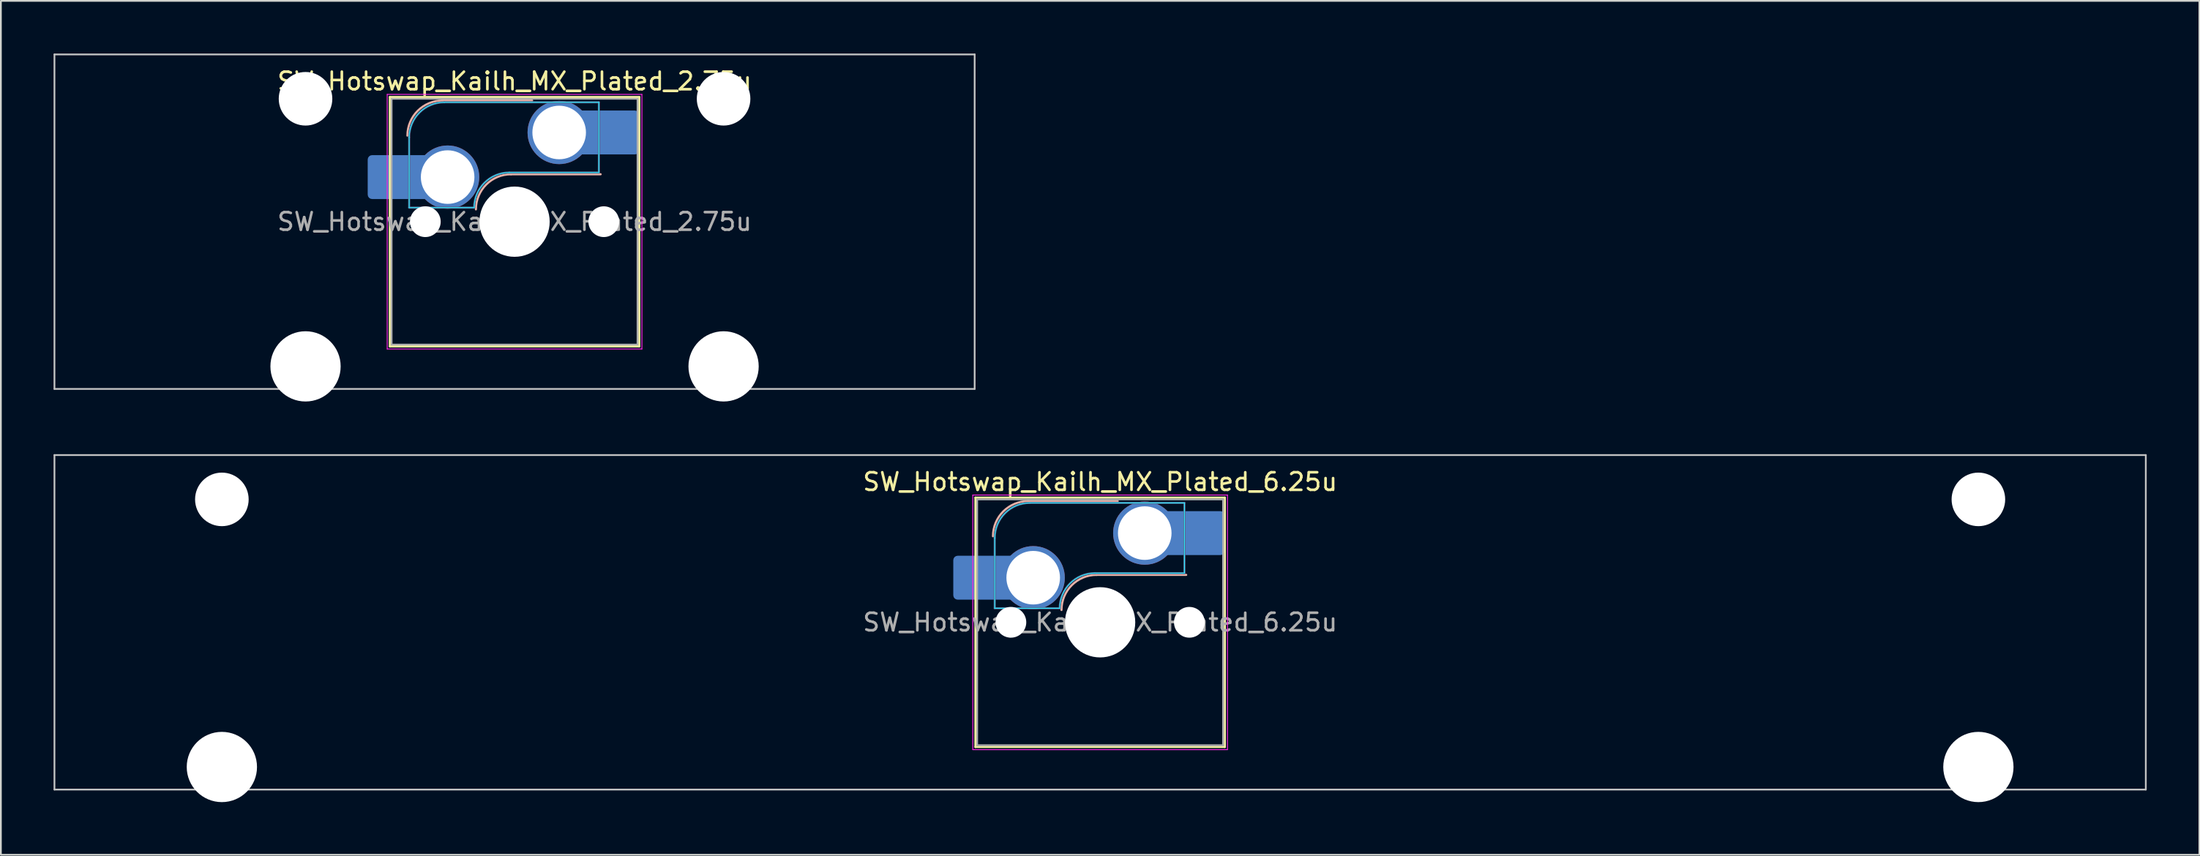
<source format=kicad_pcb>
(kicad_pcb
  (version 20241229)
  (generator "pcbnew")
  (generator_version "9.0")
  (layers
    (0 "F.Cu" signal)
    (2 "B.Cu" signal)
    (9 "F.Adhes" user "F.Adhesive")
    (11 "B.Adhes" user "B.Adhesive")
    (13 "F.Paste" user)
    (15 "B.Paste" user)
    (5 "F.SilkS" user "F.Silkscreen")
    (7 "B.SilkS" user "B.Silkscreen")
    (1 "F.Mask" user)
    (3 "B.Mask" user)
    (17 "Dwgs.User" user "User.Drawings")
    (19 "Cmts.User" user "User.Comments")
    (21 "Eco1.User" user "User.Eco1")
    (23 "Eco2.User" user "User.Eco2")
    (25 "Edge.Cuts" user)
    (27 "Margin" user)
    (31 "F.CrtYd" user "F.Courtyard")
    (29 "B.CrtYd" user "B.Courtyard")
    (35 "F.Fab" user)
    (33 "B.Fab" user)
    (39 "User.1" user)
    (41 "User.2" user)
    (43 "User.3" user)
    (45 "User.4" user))
  (footprint "SW_Hotswap_Kailh_MX_Plated_2.75u"
    (layer "F.Cu")
    (at 28.784 4.495)
    (property "Reference" "SW_Hotswap_Kailh_MX_Plated_2.75u" (at -2.54 -2.92 0) (layer "F.SilkS") (effects (font (size 1 1) (thickness 0.15))))
    (attr smd)
    (fp_line (start -9.64 -2.02) (end -9.64 12.18) (stroke (width 0.12) (type solid)) (layer "F.SilkS"))
    (fp_line (start -9.64 12.18) (end 4.56 12.18) (stroke (width 0.12) (type solid)) (layer "F.SilkS"))
    (fp_line (start 4.56 -2.02) (end -9.64 -2.02) (stroke (width 0.12) (type solid)) (layer "F.SilkS"))
    (fp_line (start 4.56 12.18) (end 4.56 -2.02) (stroke (width 0.12) (type solid)) (layer "F.SilkS"))
    (fp_line (start -6.64 -1.82) (end -1.54 -1.82) (stroke (width 0.12) (type solid)) (layer "B.SilkS"))
    (fp_line (start -2.74 2.38) (end 2.36 2.38) (stroke (width 0.12) (type solid)) (layer "B.SilkS"))
    (fp_arc (start -8.64 0.18) (mid -8.054214 -1.234214) (end -6.64 -1.82) (stroke (width 0.12) (type solid)) (layer "B.SilkS"))
    (fp_arc (start -4.74 4.38) (mid -4.154214 2.965786) (end -2.74 2.38) (stroke (width 0.12) (type solid)) (layer "B.SilkS"))
    (fp_line (start -28.734 -4.445) (end -28.734 14.605) (stroke (width 0.1) (type solid)) (layer "Dwgs.User"))
    (fp_line (start -28.734 14.605) (end 23.654 14.605) (stroke (width 0.1) (type solid)) (layer "Dwgs.User"))
    (fp_line (start 23.654 -4.445) (end -28.734 -4.445) (stroke (width 0.1) (type solid)) (layer "Dwgs.User"))
    (fp_line (start 23.654 14.605) (end 23.654 -4.445) (stroke (width 0.1) (type solid)) (layer "Dwgs.User"))
    (fp_line (start -10.34 -0.92) (end -9.54 -0.92) (stroke (width 0.1) (type solid)) (layer "Eco1.User"))
    (fp_line (start -10.34 2.18) (end -10.34 -0.92) (stroke (width 0.1) (type solid)) (layer "Eco1.User"))
    (fp_line (start -10.34 7.98) (end -9.54 7.98) (stroke (width 0.1) (type solid)) (layer "Eco1.User"))
    (fp_line (start -10.34 11.08) (end -10.34 7.98) (stroke (width 0.1) (type solid)) (layer "Eco1.User"))
    (fp_line (start -9.54 -1.92) (end 4.46 -1.92) (stroke (width 0.1) (type solid)) (layer "Eco1.User"))
    (fp_line (start -9.54 -0.92) (end -9.54 -1.92) (stroke (width 0.1) (type solid)) (layer "Eco1.User"))
    (fp_line (start -9.54 2.18) (end -10.34 2.18) (stroke (width 0.1) (type solid)) (layer "Eco1.User"))
    (fp_line (start -9.54 7.98) (end -9.54 2.18) (stroke (width 0.1) (type solid)) (layer "Eco1.User"))
    (fp_line (start -9.54 11.08) (end -10.34 11.08) (stroke (width 0.1) (type solid)) (layer "Eco1.User"))
    (fp_line (start -9.54 12.08) (end -9.54 11.08) (stroke (width 0.1) (type solid)) (layer "Eco1.User"))
    (fp_line (start 4.46 -1.92) (end 4.46 -0.92) (stroke (width 0.1) (type solid)) (layer "Eco1.User"))
    (fp_line (start 4.46 -0.92) (end 5.26 -0.92) (stroke (width 0.1) (type solid)) (layer "Eco1.User"))
    (fp_line (start 4.46 2.18) (end 4.46 7.98) (stroke (width 0.1) (type solid)) (layer "Eco1.User"))
    (fp_line (start 4.46 7.98) (end 5.26 7.98) (stroke (width 0.1) (type solid)) (layer "Eco1.User"))
    (fp_line (start 4.46 11.08) (end 4.46 12.08) (stroke (width 0.1) (type solid)) (layer "Eco1.User"))
    (fp_line (start 4.46 12.08) (end -9.54 12.08) (stroke (width 0.1) (type solid)) (layer "Eco1.User"))
    (fp_line (start 5.26 -0.92) (end 5.26 2.18) (stroke (width 0.1) (type solid)) (layer "Eco1.User"))
    (fp_line (start 5.26 2.18) (end 4.46 2.18) (stroke (width 0.1) (type solid)) (layer "Eco1.User"))
    (fp_line (start 5.26 7.98) (end 5.26 11.08) (stroke (width 0.1) (type solid)) (layer "Eco1.User"))
    (fp_line (start 5.26 11.08) (end 4.46 11.08) (stroke (width 0.1) (type solid)) (layer "Eco1.User"))
    (fp_line (start -8.54 4.28) (end -8.54 0.28) (stroke (width 0.05) (type solid)) (layer "B.CrtYd"))
    (fp_line (start -8.54 4.28) (end -4.84 4.28) (stroke (width 0.05) (type solid)) (layer "B.CrtYd"))
    (fp_line (start -6.54 -1.72) (end 2.26 -1.72) (stroke (width 0.05) (type solid)) (layer "B.CrtYd"))
    (fp_line (start -2.84 2.28) (end 2.26 2.28) (stroke (width 0.05) (type solid)) (layer "B.CrtYd"))
    (fp_line (start 2.26 -1.72) (end 2.26 2.28) (stroke (width 0.05) (type solid)) (layer "B.CrtYd"))
    (fp_arc (start -8.54 0.28) (mid -7.954214 -1.134214) (end -6.54 -1.72) (stroke (width 0.05) (type solid)) (layer "B.CrtYd"))
    (fp_arc (start -4.84 4.28) (mid -4.254214 2.865786) (end -2.84 2.28) (stroke (width 0.05) (type solid)) (layer "B.CrtYd"))
    (fp_line (start -9.79 -2.17) (end -9.79 12.33) (stroke (width 0.05) (type solid)) (layer "F.CrtYd"))
    (fp_line (start -9.79 12.33) (end 4.71 12.33) (stroke (width 0.05) (type solid)) (layer "F.CrtYd"))
    (fp_line (start 4.71 -2.17) (end -9.79 -2.17) (stroke (width 0.05) (type solid)) (layer "F.CrtYd"))
    (fp_line (start 4.71 12.33) (end 4.71 -2.17) (stroke (width 0.05) (type solid)) (layer "F.CrtYd"))
    (fp_line (start -8.54 4.28) (end -8.54 0.28) (stroke (width 0.12) (type solid)) (layer "B.Fab"))
    (fp_line (start -8.54 4.28) (end -4.84 4.28) (stroke (width 0.12) (type solid)) (layer "B.Fab"))
    (fp_line (start -6.54 -1.72) (end 2.26 -1.72) (stroke (width 0.12) (type solid)) (layer "B.Fab"))
    (fp_line (start -2.84 2.28) (end 2.26 2.28) (stroke (width 0.12) (type solid)) (layer "B.Fab"))
    (fp_line (start 2.26 -1.72) (end 2.26 2.28) (stroke (width 0.12) (type solid)) (layer "B.Fab"))
    (fp_arc (start -8.54 0.28) (mid -7.954214 -1.134214) (end -6.54 -1.72) (stroke (width 0.12) (type solid)) (layer "B.Fab"))
    (fp_arc (start -4.84 4.28) (mid -4.254214 2.865786) (end -2.84 2.28) (stroke (width 0.12) (type solid)) (layer "B.Fab"))
    (fp_line (start -9.54 -1.92) (end -9.54 12.08) (stroke (width 0.1) (type solid)) (layer "F.Fab"))
    (fp_line (start -9.54 12.08) (end 4.46 12.08) (stroke (width 0.1) (type solid)) (layer "F.Fab"))
    (fp_line (start 4.46 -1.92) (end -9.54 -1.92) (stroke (width 0.1) (type solid)) (layer "F.Fab"))
    (fp_line (start 4.46 12.08) (end 4.46 -1.92) (stroke (width 0.1) (type solid)) (layer "F.Fab"))
    (fp_text user "${REFERENCE}" (at -2.54 5.08 0) (layer "F.Fab") (effects (font (size 1 1) (thickness 0.15))))
    (pad "" np_thru_hole circle (at -14.44 -1.92) (size 3.05 3.05) (drill 3.05) (layers "*.Cu" "*.Mask"))
    (pad "" np_thru_hole circle (at -14.44 13.32) (size 4 4) (drill 4) (layers "*.Cu" "*.Mask"))
    (pad "" smd roundrect (at -9.625 2.54) (size 2.55 2.5) (layers "B.Mask" "B.Paste") (roundrect_rratio 0.1))
    (pad "" np_thru_hole circle (at -7.62 5.08) (size 1.75 1.75) (drill 1.75) (layers "*.Cu" "*.Mask"))
    (pad "" np_thru_hole circle (at -2.54 5.08) (size 4 4) (drill 4) (layers "*.Cu" "*.Mask"))
    (pad "" np_thru_hole circle (at 2.54 5.08) (size 1.75 1.75) (drill 1.75) (layers "*.Cu" "*.Mask"))
    (pad "" smd roundrect (at 3.302 0) (size 2.55 2.5) (layers "B.Mask" "B.Paste") (roundrect_rratio 0.1))
    (pad "" np_thru_hole circle (at 9.36 -1.92) (size 3.05 3.05) (drill 3.05) (layers "*.Cu" "*.Mask"))
    (pad "" np_thru_hole circle (at 9.36 13.32) (size 4 4) (drill 4) (layers "*.Cu" "*.Mask"))
    (pad "1" thru_hole circle (at 0 0) (size 3.6 3.6) (drill 3.05) (layers "*.Cu" "*.Mask"))
    (pad "1" smd roundrect (at 2.78 0) (size 3.55 2.5) (layers "B.Cu") (roundrect_rratio 0.1))
    (pad "2" smd roundrect (at -9.125 2.54) (size 3.55 2.5) (layers "B.Cu") (roundrect_rratio 0.1))
    (pad "2" thru_hole circle (at -6.35 2.54) (size 3.6 3.6) (drill 3.05) (layers "*.Cu" "*.Mask")))
  (footprint "SW_Hotswap_Kailh_MX_Plated_6.25u"
    (layer "F.Cu")
    (at 62.121 27.31)
    (property "Reference" "SW_Hotswap_Kailh_MX_Plated_6.25u" (at -2.54 -2.92 0) (layer "F.SilkS") (effects (font (size 1 1) (thickness 0.15))))
    (attr smd)
    (fp_line (start -9.64 -2.02) (end -9.64 12.18) (stroke (width 0.12) (type solid)) (layer "F.SilkS"))
    (fp_line (start -9.64 12.18) (end 4.56 12.18) (stroke (width 0.12) (type solid)) (layer "F.SilkS"))
    (fp_line (start 4.56 -2.02) (end -9.64 -2.02) (stroke (width 0.12) (type solid)) (layer "F.SilkS"))
    (fp_line (start 4.56 12.18) (end 4.56 -2.02) (stroke (width 0.12) (type solid)) (layer "F.SilkS"))
    (fp_line (start -6.64 -1.82) (end -1.54 -1.82) (stroke (width 0.12) (type solid)) (layer "B.SilkS"))
    (fp_line (start -2.74 2.38) (end 2.36 2.38) (stroke (width 0.12) (type solid)) (layer "B.SilkS"))
    (fp_arc (start -8.64 0.18) (mid -8.054214 -1.234214) (end -6.64 -1.82) (stroke (width 0.12) (type solid)) (layer "B.SilkS"))
    (fp_arc (start -4.74 4.38) (mid -4.154214 2.965786) (end -2.74 2.38) (stroke (width 0.12) (type solid)) (layer "B.SilkS"))
    (fp_line (start -62.071 -4.445) (end -62.071 14.605) (stroke (width 0.1) (type solid)) (layer "Dwgs.User"))
    (fp_line (start -62.071 14.605) (end 56.991 14.605) (stroke (width 0.1) (type solid)) (layer "Dwgs.User"))
    (fp_line (start 56.991 -4.445) (end -62.071 -4.445) (stroke (width 0.1) (type solid)) (layer "Dwgs.User"))
    (fp_line (start 56.991 14.605) (end 56.991 -4.445) (stroke (width 0.1) (type solid)) (layer "Dwgs.User"))
    (fp_line (start -10.34 -0.92) (end -9.54 -0.92) (stroke (width 0.1) (type solid)) (layer "Eco1.User"))
    (fp_line (start -10.34 2.18) (end -10.34 -0.92) (stroke (width 0.1) (type solid)) (layer "Eco1.User"))
    (fp_line (start -10.34 7.98) (end -9.54 7.98) (stroke (width 0.1) (type solid)) (layer "Eco1.User"))
    (fp_line (start -10.34 11.08) (end -10.34 7.98) (stroke (width 0.1) (type solid)) (layer "Eco1.User"))
    (fp_line (start -9.54 -1.92) (end 4.46 -1.92) (stroke (width 0.1) (type solid)) (layer "Eco1.User"))
    (fp_line (start -9.54 -0.92) (end -9.54 -1.92) (stroke (width 0.1) (type solid)) (layer "Eco1.User"))
    (fp_line (start -9.54 2.18) (end -10.34 2.18) (stroke (width 0.1) (type solid)) (layer "Eco1.User"))
    (fp_line (start -9.54 7.98) (end -9.54 2.18) (stroke (width 0.1) (type solid)) (layer "Eco1.User"))
    (fp_line (start -9.54 11.08) (end -10.34 11.08) (stroke (width 0.1) (type solid)) (layer "Eco1.User"))
    (fp_line (start -9.54 12.08) (end -9.54 11.08) (stroke (width 0.1) (type solid)) (layer "Eco1.User"))
    (fp_line (start 4.46 -1.92) (end 4.46 -0.92) (stroke (width 0.1) (type solid)) (layer "Eco1.User"))
    (fp_line (start 4.46 -0.92) (end 5.26 -0.92) (stroke (width 0.1) (type solid)) (layer "Eco1.User"))
    (fp_line (start 4.46 2.18) (end 4.46 7.98) (stroke (width 0.1) (type solid)) (layer "Eco1.User"))
    (fp_line (start 4.46 7.98) (end 5.26 7.98) (stroke (width 0.1) (type solid)) (layer "Eco1.User"))
    (fp_line (start 4.46 11.08) (end 4.46 12.08) (stroke (width 0.1) (type solid)) (layer "Eco1.User"))
    (fp_line (start 4.46 12.08) (end -9.54 12.08) (stroke (width 0.1) (type solid)) (layer "Eco1.User"))
    (fp_line (start 5.26 -0.92) (end 5.26 2.18) (stroke (width 0.1) (type solid)) (layer "Eco1.User"))
    (fp_line (start 5.26 2.18) (end 4.46 2.18) (stroke (width 0.1) (type solid)) (layer "Eco1.User"))
    (fp_line (start 5.26 7.98) (end 5.26 11.08) (stroke (width 0.1) (type solid)) (layer "Eco1.User"))
    (fp_line (start 5.26 11.08) (end 4.46 11.08) (stroke (width 0.1) (type solid)) (layer "Eco1.User"))
    (fp_line (start -8.54 4.28) (end -8.54 0.28) (stroke (width 0.05) (type solid)) (layer "B.CrtYd"))
    (fp_line (start -8.54 4.28) (end -4.84 4.28) (stroke (width 0.05) (type solid)) (layer "B.CrtYd"))
    (fp_line (start -6.54 -1.72) (end 2.26 -1.72) (stroke (width 0.05) (type solid)) (layer "B.CrtYd"))
    (fp_line (start -2.84 2.28) (end 2.26 2.28) (stroke (width 0.05) (type solid)) (layer "B.CrtYd"))
    (fp_line (start 2.26 -1.72) (end 2.26 2.28) (stroke (width 0.05) (type solid)) (layer "B.CrtYd"))
    (fp_arc (start -8.54 0.28) (mid -7.954214 -1.134214) (end -6.54 -1.72) (stroke (width 0.05) (type solid)) (layer "B.CrtYd"))
    (fp_arc (start -4.84 4.28) (mid -4.254214 2.865786) (end -2.84 2.28) (stroke (width 0.05) (type solid)) (layer "B.CrtYd"))
    (fp_line (start -9.79 -2.17) (end -9.79 12.33) (stroke (width 0.05) (type solid)) (layer "F.CrtYd"))
    (fp_line (start -9.79 12.33) (end 4.71 12.33) (stroke (width 0.05) (type solid)) (layer "F.CrtYd"))
    (fp_line (start 4.71 -2.17) (end -9.79 -2.17) (stroke (width 0.05) (type solid)) (layer "F.CrtYd"))
    (fp_line (start 4.71 12.33) (end 4.71 -2.17) (stroke (width 0.05) (type solid)) (layer "F.CrtYd"))
    (fp_line (start -8.54 4.28) (end -8.54 0.28) (stroke (width 0.12) (type solid)) (layer "B.Fab"))
    (fp_line (start -8.54 4.28) (end -4.84 4.28) (stroke (width 0.12) (type solid)) (layer "B.Fab"))
    (fp_line (start -6.54 -1.72) (end 2.26 -1.72) (stroke (width 0.12) (type solid)) (layer "B.Fab"))
    (fp_line (start -2.84 2.28) (end 2.26 2.28) (stroke (width 0.12) (type solid)) (layer "B.Fab"))
    (fp_line (start 2.26 -1.72) (end 2.26 2.28) (stroke (width 0.12) (type solid)) (layer "B.Fab"))
    (fp_arc (start -8.54 0.28) (mid -7.954214 -1.134214) (end -6.54 -1.72) (stroke (width 0.12) (type solid)) (layer "B.Fab"))
    (fp_arc (start -4.84 4.28) (mid -4.254214 2.865786) (end -2.84 2.28) (stroke (width 0.12) (type solid)) (layer "B.Fab"))
    (fp_line (start -9.54 -1.92) (end -9.54 12.08) (stroke (width 0.1) (type solid)) (layer "F.Fab"))
    (fp_line (start -9.54 12.08) (end 4.46 12.08) (stroke (width 0.1) (type solid)) (layer "F.Fab"))
    (fp_line (start 4.46 -1.92) (end -9.54 -1.92) (stroke (width 0.1) (type solid)) (layer "F.Fab"))
    (fp_line (start 4.46 12.08) (end 4.46 -1.92) (stroke (width 0.1) (type solid)) (layer "F.Fab"))
    (fp_text user "${REFERENCE}" (at -2.54 5.08 0) (layer "F.Fab") (effects (font (size 1 1) (thickness 0.15))))
    (pad "" np_thru_hole circle (at -52.54 -1.92) (size 3.05 3.05) (drill 3.05) (layers "*.Cu" "*.Mask"))
    (pad "" np_thru_hole circle (at -52.54 13.32) (size 4 4) (drill 4) (layers "*.Cu" "*.Mask"))
    (pad "" smd roundrect (at -9.625 2.54) (size 2.55 2.5) (layers "B.Mask" "B.Paste") (roundrect_rratio 0.1))
    (pad "" np_thru_hole circle (at -7.62 5.08) (size 1.75 1.75) (drill 1.75) (layers "*.Cu" "*.Mask"))
    (pad "" np_thru_hole circle (at -2.54 5.08) (size 4 4) (drill 4) (layers "*.Cu" "*.Mask"))
    (pad "" np_thru_hole circle (at 2.54 5.08) (size 1.75 1.75) (drill 1.75) (layers "*.Cu" "*.Mask"))
    (pad "" smd roundrect (at 3.302 0) (size 2.55 2.5) (layers "B.Mask" "B.Paste") (roundrect_rratio 0.1))
    (pad "" np_thru_hole circle (at 47.46 -1.92) (size 3.05 3.05) (drill 3.05) (layers "*.Cu" "*.Mask"))
    (pad "" np_thru_hole circle (at 47.46 13.32) (size 4 4) (drill 4) (layers "*.Cu" "*.Mask"))
    (pad "1" thru_hole circle (at 0 0) (size 3.6 3.6) (drill 3.05) (layers "*.Cu" "*.Mask"))
    (pad "1" smd roundrect (at 2.78 0) (size 3.55 2.5) (layers "B.Cu") (roundrect_rratio 0.1))
    (pad "2" smd roundrect (at -9.125 2.54) (size 3.55 2.5) (layers "B.Cu") (roundrect_rratio 0.1))
    (pad "2" thru_hole circle (at -6.35 2.54) (size 3.6 3.6) (drill 3.05) (layers "*.Cu" "*.Mask")))
  (gr_rect
    (start -3 -3)
    (end 122.162 45.63)
    (stroke (width 0.1) (type default))
    (fill no)
    (layer "Edge.Cuts")))
</source>
